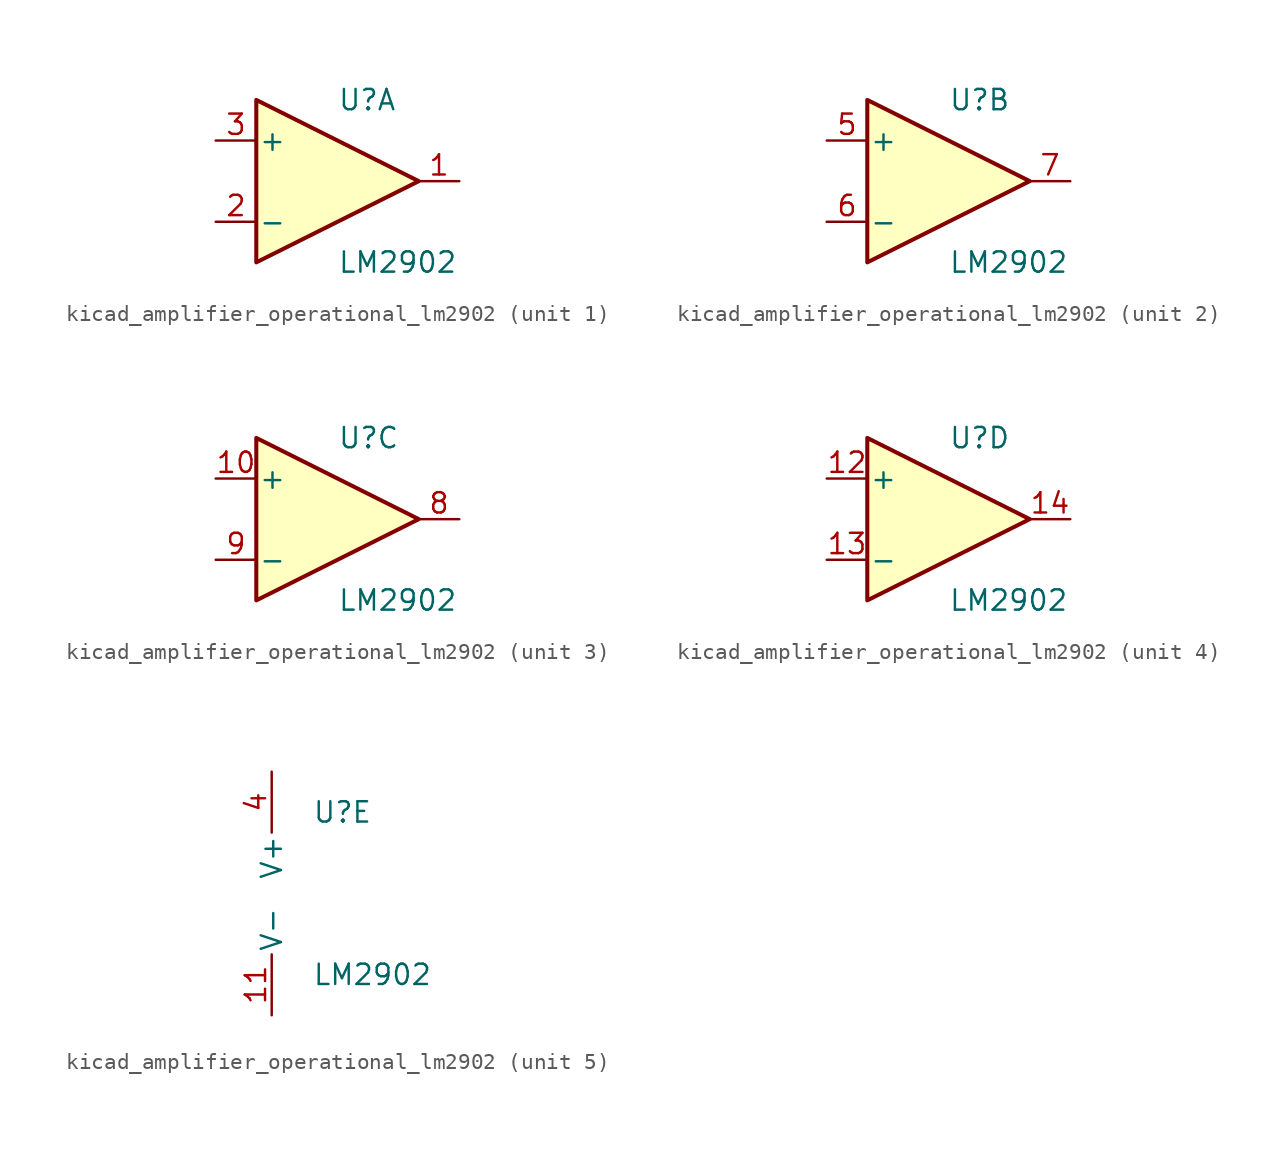
<source format=kicad_sym>
(kicad_symbol_lib
  (version 20220914)
  (generator kicad_symbol_editor)
  (symbol "kicad_amplifier_operational_lm2902"
    (pin_names
      (offset 0.127))
    (property "Reference" "U"
      (at 0 5.08 0)
      (effects (font (size 1.27 1.27)) (justify left)))
    (property "Value" "LM2902"
      (at 0 -5.08 0)
      (effects (font (size 1.27 1.27)) (justify left)))
    (property "ki_locked" ""
      (at 0 0 0)
      (effects (font (size 1.27 1.27))))
    (symbol "kicad_amplifier_operational_lm2902_1_1"
      (polyline (pts (xy -5.08 5.08) (xy 5.08 0) (xy -5.08 -5.08) (xy -5.08 5.08)) (stroke (width 0.254) (type default)) (fill (type background)))
      (pin output line (at 7.62 0 180) (length 2.54) (name "~" (effects (font (size 1.27 1.27)))) (number "1" (effects (font (size 1.27 1.27)))))
      (pin input line (at -7.62 -2.54 0) (length 2.54) (name "-" (effects (font (size 1.27 1.27)))) (number "2" (effects (font (size 1.27 1.27)))))
      (pin input line (at -7.62 2.54 0) (length 2.54) (name "+" (effects (font (size 1.27 1.27)))) (number "3" (effects (font (size 1.27 1.27))))))
    (symbol "kicad_amplifier_operational_lm2902_2_1"
      (polyline (pts (xy -5.08 5.08) (xy 5.08 0) (xy -5.08 -5.08) (xy -5.08 5.08)) (stroke (width 0.254) (type default)) (fill (type background)))
      (pin input line (at -7.62 2.54 0) (length 2.54) (name "+" (effects (font (size 1.27 1.27)))) (number "5" (effects (font (size 1.27 1.27)))))
      (pin input line (at -7.62 -2.54 0) (length 2.54) (name "-" (effects (font (size 1.27 1.27)))) (number "6" (effects (font (size 1.27 1.27)))))
      (pin output line (at 7.62 0 180) (length 2.54) (name "~" (effects (font (size 1.27 1.27)))) (number "7" (effects (font (size 1.27 1.27))))))
    (symbol "kicad_amplifier_operational_lm2902_3_1"
      (polyline (pts (xy -5.08 5.08) (xy 5.08 0) (xy -5.08 -5.08) (xy -5.08 5.08)) (stroke (width 0.254) (type default)) (fill (type background)))
      (pin input line (at -7.62 2.54 0) (length 2.54) (name "+" (effects (font (size 1.27 1.27)))) (number "10" (effects (font (size 1.27 1.27)))))
      (pin output line (at 7.62 0 180) (length 2.54) (name "~" (effects (font (size 1.27 1.27)))) (number "8" (effects (font (size 1.27 1.27)))))
      (pin input line (at -7.62 -2.54 0) (length 2.54) (name "-" (effects (font (size 1.27 1.27)))) (number "9" (effects (font (size 1.27 1.27))))))
    (symbol "kicad_amplifier_operational_lm2902_4_1"
      (polyline (pts (xy -5.08 5.08) (xy 5.08 0) (xy -5.08 -5.08) (xy -5.08 5.08)) (stroke (width 0.254) (type default)) (fill (type background)))
      (pin input line (at -7.62 2.54 0) (length 2.54) (name "+" (effects (font (size 1.27 1.27)))) (number "12" (effects (font (size 1.27 1.27)))))
      (pin input line (at -7.62 -2.54 0) (length 2.54) (name "-" (effects (font (size 1.27 1.27)))) (number "13" (effects (font (size 1.27 1.27)))))
      (pin output line (at 7.62 0 180) (length 2.54) (name "~" (effects (font (size 1.27 1.27)))) (number "14" (effects (font (size 1.27 1.27))))))
    (symbol "kicad_amplifier_operational_lm2902_5_1"
      (pin power_in line (at -2.54 -7.62 90) (length 3.81) (name "V-" (effects (font (size 1.27 1.27)))) (number "11" (effects (font (size 1.27 1.27)))))
      (pin power_in line (at -2.54 7.62 270) (length 3.81) (name "V+" (effects (font (size 1.27 1.27)))) (number "4" (effects (font (size 1.27 1.27))))))))
</source>
